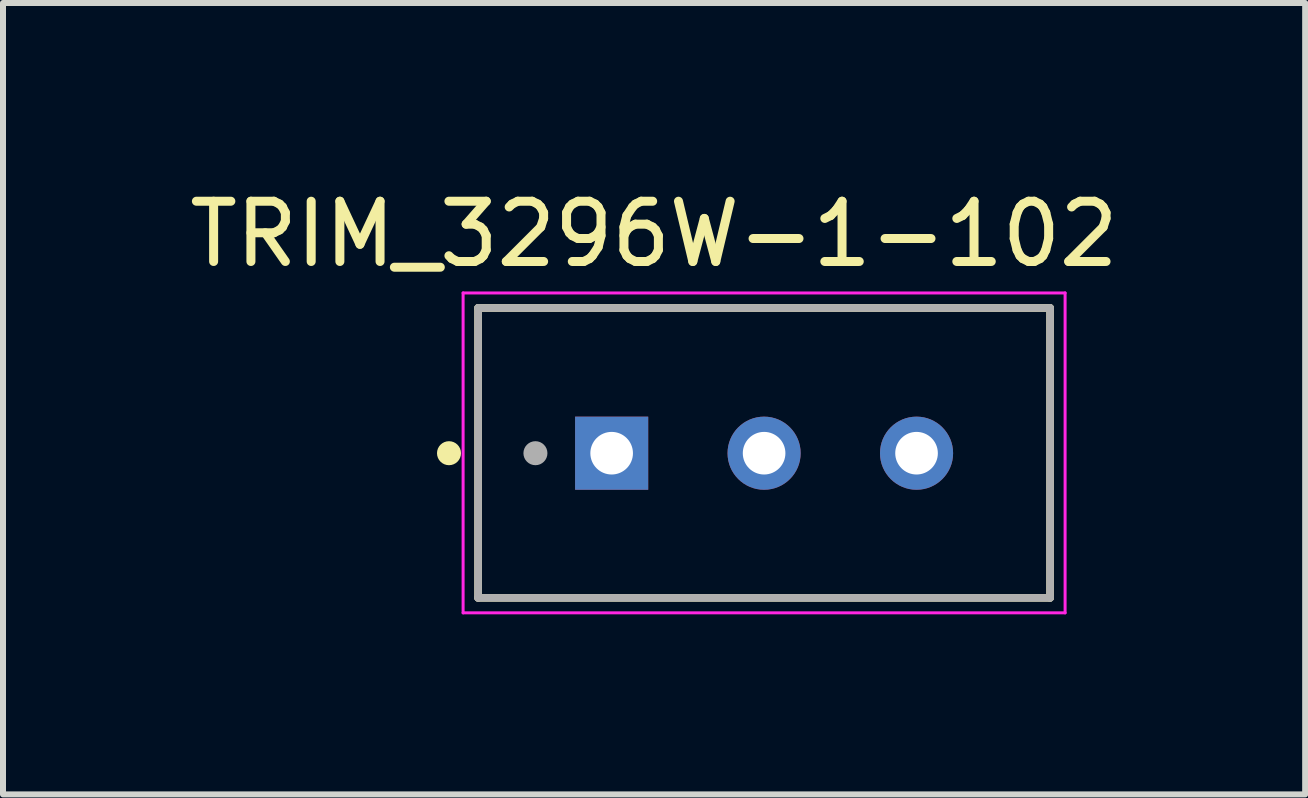
<source format=kicad_pcb>
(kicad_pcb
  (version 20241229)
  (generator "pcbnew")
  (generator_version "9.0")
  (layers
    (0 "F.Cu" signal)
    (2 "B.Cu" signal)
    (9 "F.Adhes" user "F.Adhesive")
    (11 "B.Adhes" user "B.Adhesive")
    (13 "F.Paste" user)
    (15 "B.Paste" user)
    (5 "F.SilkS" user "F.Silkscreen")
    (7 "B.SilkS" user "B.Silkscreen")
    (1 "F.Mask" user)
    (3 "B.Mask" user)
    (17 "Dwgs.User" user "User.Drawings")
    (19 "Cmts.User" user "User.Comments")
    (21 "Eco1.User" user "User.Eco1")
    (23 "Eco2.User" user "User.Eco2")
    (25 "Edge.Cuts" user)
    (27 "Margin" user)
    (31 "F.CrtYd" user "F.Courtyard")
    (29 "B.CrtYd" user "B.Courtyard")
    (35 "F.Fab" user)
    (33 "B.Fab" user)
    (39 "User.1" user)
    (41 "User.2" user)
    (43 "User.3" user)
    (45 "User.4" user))
  (footprint "TRIM_3296W-1-102"
    (layer "F.Cu")
    (at 9.681 4.501)
    (property "Reference" "TRIM_3296W-1-102" (at -1.833 -3.651 0) (layer "F.SilkS") (effects (font (size 1.004 1.004) (thickness 0.15))))
    (attr through_hole)
    (fp_line (start -4.765 -2.42) (end 4.765 -2.42) (stroke (width 0.127) (type solid)) (layer "F.SilkS"))
    (fp_line (start -4.765 2.41) (end -4.765 -2.42) (stroke (width 0.127) (type solid)) (layer "F.SilkS"))
    (fp_line (start 4.765 -2.42) (end 4.765 2.41) (stroke (width 0.127) (type solid)) (layer "F.SilkS"))
    (fp_line (start 4.765 2.41) (end -4.765 2.41) (stroke (width 0.127) (type solid)) (layer "F.SilkS"))
    (fp_circle (center -5.25 0) (end -5.15 0) (stroke (width 0.2) (type solid)) (fill no) (layer "F.SilkS"))
    (fp_line (start -5.015 -2.67) (end 5.015 -2.67) (stroke (width 0.05) (type solid)) (layer "F.CrtYd"))
    (fp_line (start -5.015 2.66) (end -5.015 -2.67) (stroke (width 0.05) (type solid)) (layer "F.CrtYd"))
    (fp_line (start 5.015 -2.67) (end 5.015 2.66) (stroke (width 0.05) (type solid)) (layer "F.CrtYd"))
    (fp_line (start 5.015 2.66) (end -5.015 2.66) (stroke (width 0.05) (type solid)) (layer "F.CrtYd"))
    (fp_line (start -4.765 -2.42) (end 4.765 -2.42) (stroke (width 0.127) (type solid)) (layer "F.Fab"))
    (fp_line (start -4.765 2.41) (end -4.765 -2.42) (stroke (width 0.127) (type solid)) (layer "F.Fab"))
    (fp_line (start 4.765 -2.42) (end 4.765 2.41) (stroke (width 0.127) (type solid)) (layer "F.Fab"))
    (fp_line (start 4.765 2.41) (end -4.765 2.41) (stroke (width 0.127) (type solid)) (layer "F.Fab"))
    (fp_circle (center -3.81 0) (end -3.71 0) (stroke (width 0.2) (type solid)) (fill no) (layer "F.Fab"))
    (pad "1" thru_hole rect (at -2.54 0) (size 1.218 1.218) (drill 0.71) (layers "*.Cu" "*.Mask"))
    (pad "2" thru_hole circle (at 0 0) (size 1.218 1.218) (drill 0.71) (layers "*.Cu" "*.Mask"))
    (pad "3" thru_hole circle (at 2.54 0) (size 1.218 1.218) (drill 0.71) (layers "*.Cu" "*.Mask")))
  (gr_rect
    (start -3 -3)
    (end 18.696 10.186)
    (stroke (width 0.1) (type default))
    (fill no)
    (layer "Edge.Cuts")))
</source>
